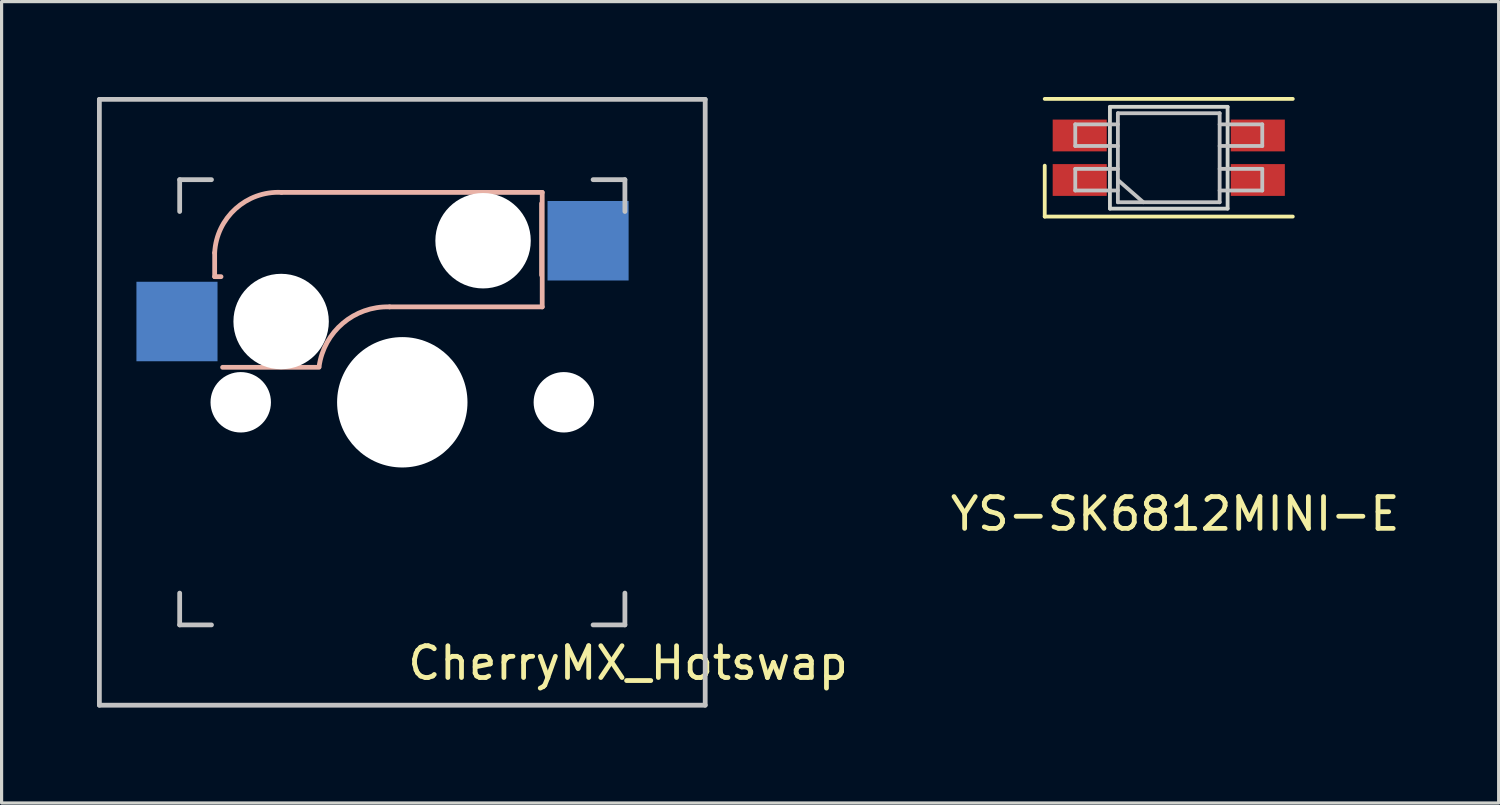
<source format=kicad_pcb>
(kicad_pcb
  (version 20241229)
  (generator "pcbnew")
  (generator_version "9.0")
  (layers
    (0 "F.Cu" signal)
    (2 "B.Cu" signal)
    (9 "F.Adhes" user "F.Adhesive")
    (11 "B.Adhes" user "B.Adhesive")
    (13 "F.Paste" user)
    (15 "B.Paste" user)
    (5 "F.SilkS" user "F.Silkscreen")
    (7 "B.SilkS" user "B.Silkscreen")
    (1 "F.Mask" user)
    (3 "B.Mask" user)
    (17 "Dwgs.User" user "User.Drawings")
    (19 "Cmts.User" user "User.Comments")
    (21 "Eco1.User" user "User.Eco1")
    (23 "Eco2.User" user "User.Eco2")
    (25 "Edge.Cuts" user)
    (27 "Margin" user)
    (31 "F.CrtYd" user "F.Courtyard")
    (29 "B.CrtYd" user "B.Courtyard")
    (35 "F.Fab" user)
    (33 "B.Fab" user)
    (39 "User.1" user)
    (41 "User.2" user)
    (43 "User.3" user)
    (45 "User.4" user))
  (footprint "YS-SK6812MINI-E"
    (layer "F.Cu")
    (at 33.702 1.91)
    (property "Reference" "YS-SK6812MINI-E" (at 0.2 11.2 0) (layer "F.SilkS") (effects (font (size 1 1) (thickness 0.15))))
    (attr through_hole)
    (fp_line (start -3.9 0.25) (end -3.9 1.85) (stroke (width 0.12) (type solid)) (layer "F.SilkS"))
    (fp_line (start -3.9 1.85) (end 3.9 1.85) (stroke (width 0.12) (type solid)) (layer "F.SilkS"))
    (fp_line (start 3.9 -1.85) (end -3.9 -1.85) (stroke (width 0.12) (type solid)) (layer "F.SilkS"))
    (fp_line (start -2.94 -1.05) (end -2.94 -0.37) (stroke (width 0.12) (type solid)) (layer "Dwgs.User"))
    (fp_line (start -2.94 -0.37) (end -1.6 -0.37) (stroke (width 0.12) (type solid)) (layer "Dwgs.User"))
    (fp_line (start -2.94 0.35) (end -2.94 1.03) (stroke (width 0.12) (type solid)) (layer "Dwgs.User"))
    (fp_line (start -2.94 1.03) (end -1.6 1.03) (stroke (width 0.12) (type solid)) (layer "Dwgs.User"))
    (fp_line (start -1.6 -1.4) (end -1.6 1.4) (stroke (width 0.12) (type solid)) (layer "Dwgs.User"))
    (fp_line (start -1.6 -1.4) (end 1.6 -1.4) (stroke (width 0.12) (type solid)) (layer "Dwgs.User"))
    (fp_line (start -1.6 -1.05) (end -2.94 -1.05) (stroke (width 0.12) (type solid)) (layer "Dwgs.User"))
    (fp_line (start -1.6 0.35) (end -2.94 0.35) (stroke (width 0.12) (type solid)) (layer "Dwgs.User"))
    (fp_line (start -1.6 0.7) (end -0.8 1.4) (stroke (width 0.12) (type solid)) (layer "Dwgs.User"))
    (fp_line (start -1.6 1.4) (end 1.6 1.4) (stroke (width 0.12) (type solid)) (layer "Dwgs.User"))
    (fp_line (start 1.6 -1.4) (end 1.6 1.4) (stroke (width 0.12) (type solid)) (layer "Dwgs.User"))
    (fp_line (start 1.6 -0.37) (end 2.94 -0.37) (stroke (width 0.12) (type solid)) (layer "Dwgs.User"))
    (fp_line (start 1.6 1.03) (end 2.94 1.03) (stroke (width 0.12) (type solid)) (layer "Dwgs.User"))
    (fp_line (start 2.94 -1.05) (end 1.6 -1.05) (stroke (width 0.12) (type solid)) (layer "Dwgs.User"))
    (fp_line (start 2.94 -0.37) (end 2.94 -1.05) (stroke (width 0.12) (type solid)) (layer "Dwgs.User"))
    (fp_line (start 2.94 0.35) (end 1.6 0.35) (stroke (width 0.12) (type solid)) (layer "Dwgs.User"))
    (fp_line (start 2.94 1.03) (end 2.94 0.35) (stroke (width 0.12) (type solid)) (layer "Dwgs.User"))
    (fp_line (start -1.85 -1.6) (end -1.85 1.6) (stroke (width 0.12) (type solid)) (layer "Edge.Cuts"))
    (fp_line (start -1.85 1.6) (end 1.85 1.6) (stroke (width 0.12) (type solid)) (layer "Edge.Cuts"))
    (fp_line (start 1.85 -1.6) (end -1.85 -1.6) (stroke (width 0.12) (type solid)) (layer "Edge.Cuts"))
    (fp_line (start 1.85 1.6) (end 1.85 -1.6) (stroke (width 0.12) (type solid)) (layer "Edge.Cuts"))
    (pad "1" smd rect (at 2.8 -0.7) (size 1.7 1) (layers "F.Cu" "F.Mask" "F.Paste"))
    (pad "2" smd rect (at 2.8 0.7) (size 1.7 1) (layers "F.Cu" "F.Mask" "F.Paste"))
    (pad "3" smd rect (at -2.8 0.7) (size 1.7 1) (layers "F.Cu" "F.Mask" "F.Paste"))
    (pad "4" smd rect (at -2.8 -0.7) (size 1.7 1) (layers "F.Cu" "F.Mask" "F.Paste")))
  (footprint "CherryMX_Hotswap"
    (layer "F.Cu")
    (at 9.6 9.6)
    (property "Reference" "CherryMX_Hotswap" (at 7.1 8.2 0) (layer "F.SilkS") (effects (font (size 1 1) (thickness 0.15))))
    (attr through_hole)
    (fp_line (start -5.9 -4.7) (end -5.9 -3.95) (stroke (width 0.15) (type solid)) (layer "B.SilkS"))
    (fp_line (start -5.9 -3.95) (end -5.7 -3.95) (stroke (width 0.15) (type solid)) (layer "B.SilkS"))
    (fp_line (start -5.65 -1.1) (end -2.62 -1.1) (stroke (width 0.15) (type solid)) (layer "B.SilkS"))
    (fp_line (start -0.4 -3) (end 4.4 -3) (stroke (width 0.15) (type solid)) (layer "B.SilkS"))
    (fp_line (start 4.38 -4) (end 4.38 -6.25) (stroke (width 0.15) (type solid)) (layer "B.SilkS"))
    (fp_line (start 4.4 -6.6) (end -3.8 -6.6) (stroke (width 0.15) (type solid)) (layer "B.SilkS"))
    (fp_line (start 4.4 -3) (end 4.4 -6.6) (stroke (width 0.15) (type solid)) (layer "B.SilkS"))
    (fp_arc (start -5.9 -4.699999) (mid -5.243504 -6.084924) (end -3.800001 -6.6) (stroke (width 0.15) (type solid)) (layer "B.SilkS"))
    (fp_arc (start -2.616318 -1.121471) (mid -1.868709 -2.486118) (end -0.4 -3) (stroke (width 0.15) (type solid)) (layer "B.SilkS"))
    (fp_line (start -9.525 -9.525) (end 9.525 -9.525) (stroke (width 0.15) (type solid)) (layer "Dwgs.User"))
    (fp_line (start -9.525 9.525) (end -9.525 -9.525) (stroke (width 0.15) (type solid)) (layer "Dwgs.User"))
    (fp_line (start -7 -7) (end -6 -7) (stroke (width 0.15) (type solid)) (layer "Dwgs.User"))
    (fp_line (start -7 -6) (end -7 -7) (stroke (width 0.15) (type solid)) (layer "Dwgs.User"))
    (fp_line (start -7 6) (end -7 7) (stroke (width 0.15) (type solid)) (layer "Dwgs.User"))
    (fp_line (start -7 7) (end -6 7) (stroke (width 0.15) (type solid)) (layer "Dwgs.User"))
    (fp_line (start 6 7) (end 7 7) (stroke (width 0.15) (type solid)) (layer "Dwgs.User"))
    (fp_line (start 7 -7) (end 6 -7) (stroke (width 0.15) (type solid)) (layer "Dwgs.User"))
    (fp_line (start 7 -7) (end 7 -6) (stroke (width 0.15) (type solid)) (layer "Dwgs.User"))
    (fp_line (start 7 7) (end 7 6) (stroke (width 0.15) (type solid)) (layer "Dwgs.User"))
    (fp_line (start 9.525 -9.525) (end 9.525 9.525) (stroke (width 0.15) (type solid)) (layer "Dwgs.User"))
    (fp_line (start 9.525 9.525) (end -9.525 9.525) (stroke (width 0.15) (type solid)) (layer "Dwgs.User"))
    (pad "" np_thru_hole circle (at -5.08 0) (size 1.9 1.9) (drill 1.9) (layers "*.Cu" "*.Mask"))
    (pad "" np_thru_hole circle (at -3.81 -2.54) (size 3 3) (drill 3) (layers "*.Cu" "*.Mask"))
    (pad "" np_thru_hole circle (at 0 0 90) (size 4.1 4.1) (drill 4.1) (layers "*.Cu" "*.Mask"))
    (pad "" np_thru_hole circle (at 2.54 -5.08) (size 3 3) (drill 3) (layers "*.Cu" "*.Mask"))
    (pad "" np_thru_hole circle (at 5.08 0) (size 1.9 1.9) (drill 1.9) (layers "*.Cu" "*.Mask"))
    (pad "1" smd rect (at -7.085 -2.54 180) (size 2.55 2.5) (layers "B.Cu" "B.Mask" "B.Paste"))
    (pad "2" smd rect (at 5.842 -5.08 180) (size 2.55 2.5) (layers "B.Cu" "B.Mask" "B.Paste")))
  (gr_rect
    (start -3 -3)
    (end 44.075 22.2)
    (stroke (width 0.1) (type default))
    (fill no)
    (layer "Edge.Cuts")))
</source>
